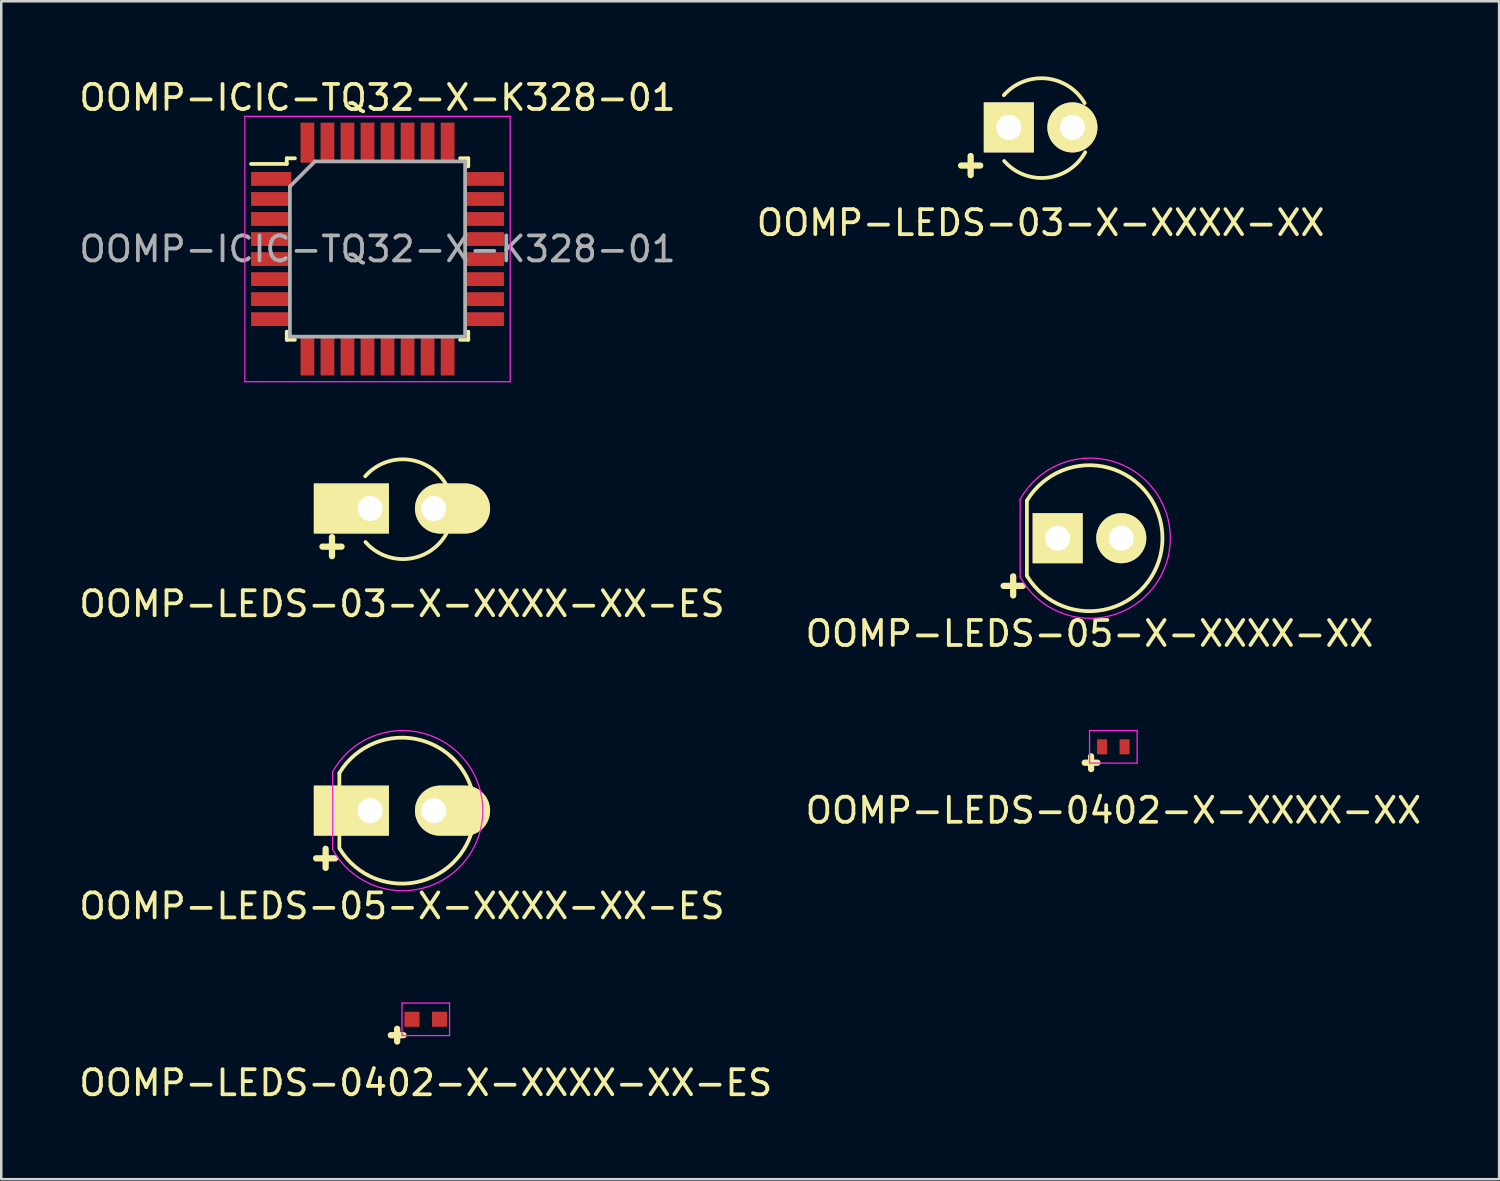
<source format=kicad_pcb>
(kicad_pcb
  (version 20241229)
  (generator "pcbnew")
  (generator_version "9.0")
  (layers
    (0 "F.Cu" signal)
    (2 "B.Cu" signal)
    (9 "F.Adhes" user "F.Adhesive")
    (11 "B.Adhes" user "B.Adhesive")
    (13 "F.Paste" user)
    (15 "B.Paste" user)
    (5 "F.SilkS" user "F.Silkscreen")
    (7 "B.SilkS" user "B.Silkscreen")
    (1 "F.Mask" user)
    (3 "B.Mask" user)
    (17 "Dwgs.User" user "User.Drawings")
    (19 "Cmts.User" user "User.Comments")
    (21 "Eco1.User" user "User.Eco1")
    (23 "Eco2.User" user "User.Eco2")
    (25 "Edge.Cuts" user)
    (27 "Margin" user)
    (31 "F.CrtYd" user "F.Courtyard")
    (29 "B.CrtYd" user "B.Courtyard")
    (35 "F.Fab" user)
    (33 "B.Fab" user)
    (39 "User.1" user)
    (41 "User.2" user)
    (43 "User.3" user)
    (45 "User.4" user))
  (footprint "OOMP-LEDS-0402-X-XXXX-XX"
    (layer "F.Cu")
    (at 41.423 26.782)
    (property "Reference" "OOMP-LEDS-0402-X-XXXX-XX" (at 0 2.54 0) (layer "F.SilkS") (effects (font (size 1 1) (thickness 0.15))))
    (attr smd)
    (fp_line (start -1.143 0.635) (end -0.635 0.635) (stroke (width 0.25) (type solid)) (layer "F.SilkS"))
    (fp_line (start -0.889 0.381) (end -0.889 0.889) (stroke (width 0.25) (type solid)) (layer "F.SilkS"))
    (fp_line (start -0.95 -0.65) (end -0.95 0.65) (stroke (width 0.05) (type solid)) (layer "F.CrtYd"))
    (fp_line (start -0.95 -0.65) (end 0.95 -0.65) (stroke (width 0.05) (type solid)) (layer "F.CrtYd"))
    (fp_line (start -0.95 0.65) (end 0.95 0.65) (stroke (width 0.05) (type solid)) (layer "F.CrtYd"))
    (fp_line (start 0.95 -0.65) (end 0.95 0.65) (stroke (width 0.05) (type solid)) (layer "F.CrtYd"))
    (pad "1" smd rect (at -0.45 0) (size 0.4 0.6) (layers "F.Cu" "F.Mask" "F.Paste"))
    (pad "2" smd rect (at 0.45 0) (size 0.4 0.6) (layers "F.Cu" "F.Mask" "F.Paste")))
  (footprint "OOMP-ICIC-TQ32-X-K328-01"
    (layer "F.Cu")
    (at 12.03 6.898)
    (property "Reference" "OOMP-ICIC-TQ32-X-K328-01" (at 0 -6.05 0) (layer "F.SilkS") (effects (font (size 1 1) (thickness 0.15))))
    (attr smd)
    (fp_line (start -3.625 -3.625) (end -3.625 -3.4) (stroke (width 0.15) (type solid)) (layer "F.SilkS"))
    (fp_line (start -3.625 -3.625) (end -3.3 -3.625) (stroke (width 0.15) (type solid)) (layer "F.SilkS"))
    (fp_line (start -3.625 -3.4) (end -5.05 -3.4) (stroke (width 0.15) (type solid)) (layer "F.SilkS"))
    (fp_line (start -3.625 3.625) (end -3.625 3.3) (stroke (width 0.15) (type solid)) (layer "F.SilkS"))
    (fp_line (start -3.625 3.625) (end -3.3 3.625) (stroke (width 0.15) (type solid)) (layer "F.SilkS"))
    (fp_line (start 3.625 -3.625) (end 3.3 -3.625) (stroke (width 0.15) (type solid)) (layer "F.SilkS"))
    (fp_line (start 3.625 -3.625) (end 3.625 -3.3) (stroke (width 0.15) (type solid)) (layer "F.SilkS"))
    (fp_line (start 3.625 3.625) (end 3.3 3.625) (stroke (width 0.15) (type solid)) (layer "F.SilkS"))
    (fp_line (start 3.625 3.625) (end 3.625 3.3) (stroke (width 0.15) (type solid)) (layer "F.SilkS"))
    (fp_line (start -5.3 -5.3) (end -5.3 5.3) (stroke (width 0.05) (type solid)) (layer "F.CrtYd"))
    (fp_line (start -5.3 -5.3) (end 5.3 -5.3) (stroke (width 0.05) (type solid)) (layer "F.CrtYd"))
    (fp_line (start -5.3 5.3) (end 5.3 5.3) (stroke (width 0.05) (type solid)) (layer "F.CrtYd"))
    (fp_line (start 5.3 -5.3) (end 5.3 5.3) (stroke (width 0.05) (type solid)) (layer "F.CrtYd"))
    (fp_line (start -3.5 -2.5) (end -2.5 -3.5) (stroke (width 0.15) (type solid)) (layer "F.Fab"))
    (fp_line (start -3.5 3.5) (end -3.5 -2.5) (stroke (width 0.15) (type solid)) (layer "F.Fab"))
    (fp_line (start -2.5 -3.5) (end 3.5 -3.5) (stroke (width 0.15) (type solid)) (layer "F.Fab"))
    (fp_line (start 3.5 -3.5) (end 3.5 3.5) (stroke (width 0.15) (type solid)) (layer "F.Fab"))
    (fp_line (start 3.5 3.5) (end -3.5 3.5) (stroke (width 0.15) (type solid)) (layer "F.Fab"))
    (fp_text user "${REFERENCE}" (at 0 0 0) (layer "F.Fab") (effects (font (size 1 1) (thickness 0.15))))
    (pad "1" smd rect (at -4.25 -2.8) (size 1.6 0.55) (layers "F.Cu" "F.Mask" "F.Paste"))
    (pad "2" smd rect (at -4.25 -2) (size 1.6 0.55) (layers "F.Cu" "F.Mask" "F.Paste"))
    (pad "3" smd rect (at -4.25 -1.2) (size 1.6 0.55) (layers "F.Cu" "F.Mask" "F.Paste"))
    (pad "4" smd rect (at -4.25 -0.4) (size 1.6 0.55) (layers "F.Cu" "F.Mask" "F.Paste"))
    (pad "5" smd rect (at -4.25 0.4) (size 1.6 0.55) (layers "F.Cu" "F.Mask" "F.Paste"))
    (pad "6" smd rect (at -4.25 1.2) (size 1.6 0.55) (layers "F.Cu" "F.Mask" "F.Paste"))
    (pad "7" smd rect (at -4.25 2) (size 1.6 0.55) (layers "F.Cu" "F.Mask" "F.Paste"))
    (pad "8" smd rect (at -4.25 2.8) (size 1.6 0.55) (layers "F.Cu" "F.Mask" "F.Paste"))
    (pad "9" smd rect (at -2.8 4.25 90) (size 1.6 0.55) (layers "F.Cu" "F.Mask" "F.Paste"))
    (pad "10" smd rect (at -2 4.25 90) (size 1.6 0.55) (layers "F.Cu" "F.Mask" "F.Paste"))
    (pad "11" smd rect (at -1.2 4.25 90) (size 1.6 0.55) (layers "F.Cu" "F.Mask" "F.Paste"))
    (pad "12" smd rect (at -0.4 4.25 90) (size 1.6 0.55) (layers "F.Cu" "F.Mask" "F.Paste"))
    (pad "13" smd rect (at 0.4 4.25 90) (size 1.6 0.55) (layers "F.Cu" "F.Mask" "F.Paste"))
    (pad "14" smd rect (at 1.2 4.25 90) (size 1.6 0.55) (layers "F.Cu" "F.Mask" "F.Paste"))
    (pad "15" smd rect (at 2 4.25 90) (size 1.6 0.55) (layers "F.Cu" "F.Mask" "F.Paste"))
    (pad "16" smd rect (at 2.8 4.25 90) (size 1.6 0.55) (layers "F.Cu" "F.Mask" "F.Paste"))
    (pad "17" smd rect (at 4.25 2.8) (size 1.6 0.55) (layers "F.Cu" "F.Mask" "F.Paste"))
    (pad "18" smd rect (at 4.25 2) (size 1.6 0.55) (layers "F.Cu" "F.Mask" "F.Paste"))
    (pad "19" smd rect (at 4.25 1.2) (size 1.6 0.55) (layers "F.Cu" "F.Mask" "F.Paste"))
    (pad "20" smd rect (at 4.25 0.4) (size 1.6 0.55) (layers "F.Cu" "F.Mask" "F.Paste"))
    (pad "21" smd rect (at 4.25 -0.4) (size 1.6 0.55) (layers "F.Cu" "F.Mask" "F.Paste"))
    (pad "22" smd rect (at 4.25 -1.2) (size 1.6 0.55) (layers "F.Cu" "F.Mask" "F.Paste"))
    (pad "23" smd rect (at 4.25 -2) (size 1.6 0.55) (layers "F.Cu" "F.Mask" "F.Paste"))
    (pad "24" smd rect (at 4.25 -2.8) (size 1.6 0.55) (layers "F.Cu" "F.Mask" "F.Paste"))
    (pad "25" smd rect (at 2.8 -4.25 90) (size 1.6 0.55) (layers "F.Cu" "F.Mask" "F.Paste"))
    (pad "26" smd rect (at 2 -4.25 90) (size 1.6 0.55) (layers "F.Cu" "F.Mask" "F.Paste"))
    (pad "27" smd rect (at 1.2 -4.25 90) (size 1.6 0.55) (layers "F.Cu" "F.Mask" "F.Paste"))
    (pad "28" smd rect (at 0.4 -4.25 90) (size 1.6 0.55) (layers "F.Cu" "F.Mask" "F.Paste"))
    (pad "29" smd rect (at -0.4 -4.25 90) (size 1.6 0.55) (layers "F.Cu" "F.Mask" "F.Paste"))
    (pad "30" smd rect (at -1.2 -4.25 90) (size 1.6 0.55) (layers "F.Cu" "F.Mask" "F.Paste"))
    (pad "31" smd rect (at -2 -4.25 90) (size 1.6 0.55) (layers "F.Cu" "F.Mask" "F.Paste"))
    (pad "32" smd rect (at -2.8 -4.25 90) (size 1.6 0.55) (layers "F.Cu" "F.Mask" "F.Paste")))
  (footprint "OOMP-LEDS-03-X-XXXX-XX-ES"
    (layer "F.Cu")
    (at 11.736 17.262)
    (property "Reference" "OOMP-LEDS-03-X-XXXX-XX-ES" (at 1.27 3.81 0) (layer "F.SilkS") (effects (font (size 1 1) (thickness 0.15))))
    (attr through_hole)
    (fp_line (start -1.905 1.524) (end -1.143 1.524) (stroke (width 0.25) (type solid)) (layer "F.SilkS"))
    (fp_line (start -1.524 1.143) (end -1.524 1.905) (stroke (width 0.25) (type solid)) (layer "F.SilkS"))
    (fp_arc (start -0.199 -1.286) (mid 1.495903 -1.954571) (end 3.028744 -0.969643) (stroke (width 0.15) (type solid)) (layer "F.SilkS"))
    (fp_arc (start 3.051 0.994) (mid 1.522637 2.009958) (end -0.18622 1.340726) (stroke (width 0.15) (type solid)) (layer "F.SilkS"))
    (pad "1" thru_hole rect (at 0 0 90) (size 2 3) (drill 1 (offset 0 -0.75)) (layers "*.Cu" "*.Mask" "F.SilkS"))
    (pad "2" thru_hole oval (at 2.54 0) (size 3 2) (drill 1 (offset 0.75 0)) (layers "*.Cu" "*.Mask" "F.SilkS")))
  (footprint "OOMP-LEDS-05-X-XXXX-XX-ES"
    (layer "F.Cu")
    (at 11.736 29.332)
    (property "Reference" "OOMP-LEDS-05-X-XXXX-XX-ES" (at 1.27 3.81 0) (layer "F.SilkS") (effects (font (size 1 1) (thickness 0.15))))
    (attr through_hole)
    (fp_line (start -2.159 1.905) (end -1.397 1.905) (stroke (width 0.25) (type solid)) (layer "F.SilkS"))
    (fp_line (start -1.778 1.524) (end -1.778 2.286) (stroke (width 0.25) (type solid)) (layer "F.SilkS"))
    (fp_line (start -1.23 1.5) (end -1.23 -1.5) (stroke (width 0.15) (type solid)) (layer "F.SilkS"))
    (fp_arc (start -1.23 -1.5) (mid 4.18544 -0.014565) (end -1.214888 1.524904) (stroke (width 0.15) (type solid)) (layer "F.SilkS"))
    (fp_line (start -1.5 -1.55) (end -1.5 1.55) (stroke (width 0.05) (type solid)) (layer "F.CrtYd"))
    (fp_arc (start -1.498248 -1.55316) (mid 4.50039 0.001807) (end -1.5 1.55) (stroke (width 0.05) (type solid)) (layer "F.CrtYd"))
    (pad "1" thru_hole rect (at 0 0 90) (size 2 3) (drill 1 (offset 0 -0.75)) (layers "*.Cu" "*.Mask" "F.SilkS"))
    (pad "2" thru_hole oval (at 2.54 0) (size 3 2) (drill 1 (offset 0.75 0)) (layers "*.Cu" "*.Mask" "F.SilkS")))
  (footprint "OOMP-LEDS-05-X-XXXX-XX"
    (layer "F.Cu")
    (at 39.2 18.449)
    (property "Reference" "OOMP-LEDS-05-X-XXXX-XX" (at 1.27 3.81 0) (layer "F.SilkS") (effects (font (size 1 1) (thickness 0.15))))
    (attr through_hole)
    (fp_line (start -2.159 1.905) (end -1.397 1.905) (stroke (width 0.25) (type solid)) (layer "F.SilkS"))
    (fp_line (start -1.778 1.524) (end -1.778 2.286) (stroke (width 0.25) (type solid)) (layer "F.SilkS"))
    (fp_line (start -1.23 1.5) (end -1.23 -1.5) (stroke (width 0.15) (type solid)) (layer "F.SilkS"))
    (fp_arc (start -1.23 -1.5) (mid 4.18544 -0.014565) (end -1.214888 1.524904) (stroke (width 0.15) (type solid)) (layer "F.SilkS"))
    (fp_line (start -1.5 -1.55) (end -1.5 1.55) (stroke (width 0.05) (type solid)) (layer "F.CrtYd"))
    (fp_arc (start -1.498248 -1.55316) (mid 4.50039 0.001807) (end -1.5 1.55) (stroke (width 0.05) (type solid)) (layer "F.CrtYd"))
    (pad "1" thru_hole rect (at 0 0 90) (size 2 2) (drill 1) (layers "*.Cu" "*.Mask" "F.SilkS"))
    (pad "2" thru_hole circle (at 2.54 0) (size 2 2) (drill 1) (layers "*.Cu" "*.Mask" "F.SilkS")))
  (footprint "OOMP-LEDS-0402-X-XXXX-XX-ES"
    (layer "F.Cu")
    (at 13.958 37.666)
    (property "Reference" "OOMP-LEDS-0402-X-XXXX-XX-ES" (at 0 2.54 0) (layer "F.SilkS") (effects (font (size 1 1) (thickness 0.15))))
    (attr smd)
    (fp_line (start -1.397 0.635) (end -0.889 0.635) (stroke (width 0.25) (type solid)) (layer "F.SilkS"))
    (fp_line (start -1.143 0.381) (end -1.143 0.889) (stroke (width 0.25) (type solid)) (layer "F.SilkS"))
    (fp_line (start -0.95 -0.65) (end -0.95 0.65) (stroke (width 0.05) (type solid)) (layer "F.CrtYd"))
    (fp_line (start -0.95 -0.65) (end 0.95 -0.65) (stroke (width 0.05) (type solid)) (layer "F.CrtYd"))
    (fp_line (start -0.95 0.65) (end 0.95 0.65) (stroke (width 0.05) (type solid)) (layer "F.CrtYd"))
    (fp_line (start 0.95 -0.65) (end 0.95 0.65) (stroke (width 0.05) (type solid)) (layer "F.CrtYd"))
    (pad "1" smd rect (at -0.45 0) (size 0.6 0.6) (drill (offset -0.1 0)) (layers "F.Cu" "F.Mask" "F.Paste"))
    (pad "2" smd rect (at 0.45 0) (size 0.6 0.6) (drill (offset 0.1 0)) (layers "F.Cu" "F.Mask" "F.Paste")))
  (footprint "OOMP-LEDS-03-X-XXXX-XX"
    (layer "F.Cu")
    (at 37.248 2.039)
    (property "Reference" "OOMP-LEDS-03-X-XXXX-XX" (at 1.27 3.81 0) (layer "F.SilkS") (effects (font (size 1 1) (thickness 0.15))))
    (attr through_hole)
    (fp_line (start -1.905 1.524) (end -1.143 1.524) (stroke (width 0.25) (type solid)) (layer "F.SilkS"))
    (fp_line (start -1.524 1.143) (end -1.524 1.905) (stroke (width 0.25) (type solid)) (layer "F.SilkS"))
    (fp_arc (start -0.199 -1.286) (mid 1.495903 -1.954571) (end 3.028744 -0.969643) (stroke (width 0.15) (type solid)) (layer "F.SilkS"))
    (fp_arc (start 3.051 0.994) (mid 1.522637 2.009958) (end -0.18622 1.340726) (stroke (width 0.15) (type solid)) (layer "F.SilkS"))
    (pad "1" thru_hole rect (at 0 0 90) (size 2 2) (drill 1) (layers "*.Cu" "*.Mask" "F.SilkS"))
    (pad "2" thru_hole circle (at 2.54 0) (size 2 2) (drill 1) (layers "*.Cu" "*.Mask" "F.SilkS")))
  (gr_rect
    (start -3 -3)
    (end 56.833 44.054)
    (stroke (width 0.1) (type default))
    (fill no)
    (layer "Edge.Cuts")))
</source>
